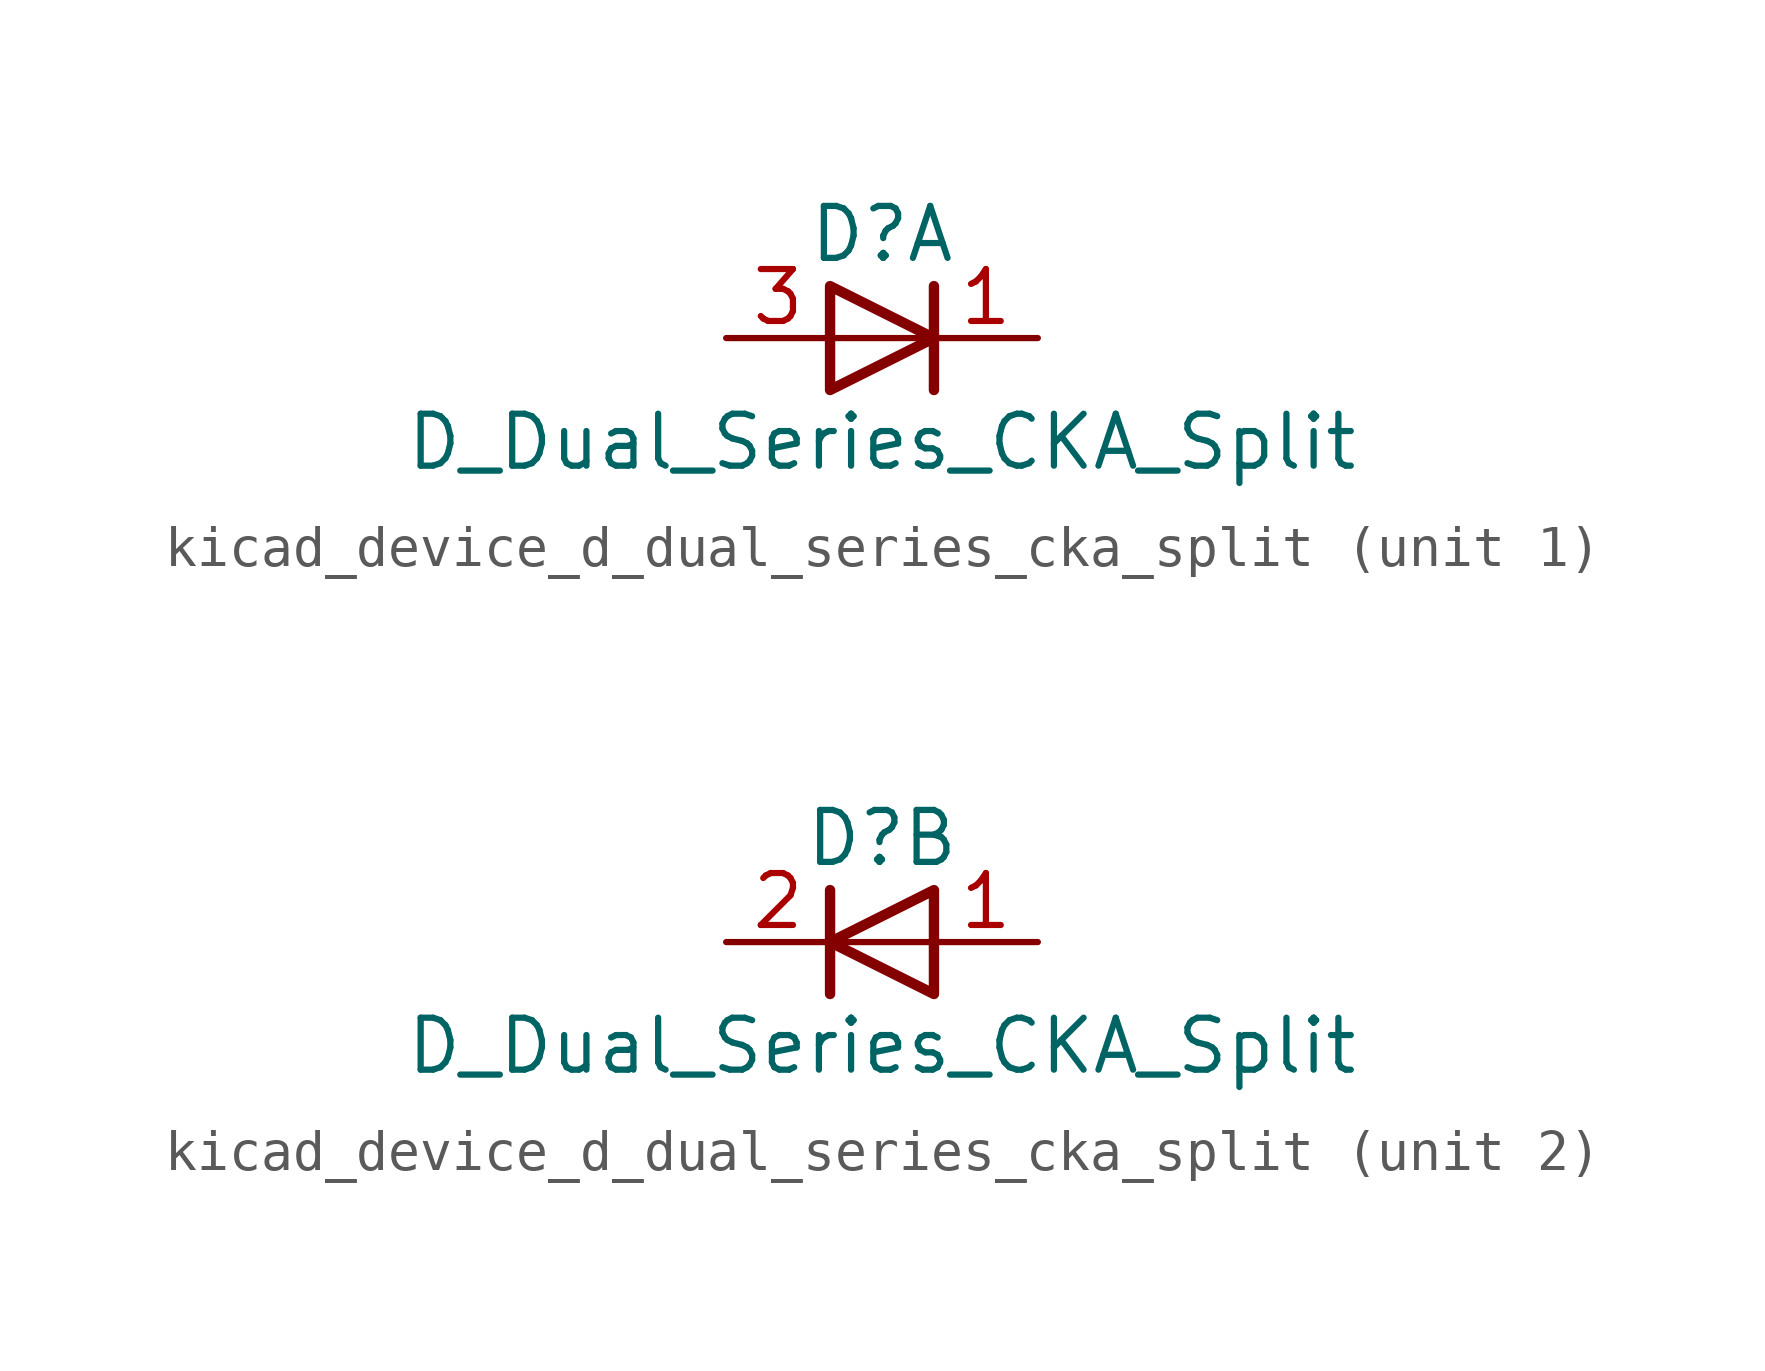
<source format=kicad_sym>
(kicad_symbol_lib
  (version 20220914)
  (generator kicad_symbol_editor)
  (symbol "kicad_device_d_dual_series_cka_split"
    (pin_names
      (offset 0.762) hide)
    (property "Reference" "D"
      (at 0 2.54 0)
      (effects (font (size 1.27 1.27))))
    (property "Value" "D_Dual_Series_CKA_Split"
      (at 0 -2.54 0)
      (effects (font (size 1.27 1.27))))
    (property "ki_locked" ""
      (at 0 0 0)
      (effects (font (size 1.27 1.27))))
    (symbol "kicad_device_d_dual_series_cka_split_0_1"
      (pin passive line (at 3.81 0 180) (length 2.54) (name "K" (effects (font (size 1.27 1.27)))) (number "1" (effects (font (size 1.27 1.27))))))
    (symbol "kicad_device_d_dual_series_cka_split_1_0"
      (polyline (pts (xy 1.27 1.27) (xy 1.27 -1.27)) (stroke (width 0.254) (type default)) (fill (type none))))
    (symbol "kicad_device_d_dual_series_cka_split_1_1"
      (polyline (pts (xy 1.27 0) (xy -1.27 0)) (stroke (width 0) (type default)) (fill (type none)))
      (polyline (pts (xy -1.27 1.27) (xy 1.27 0) (xy -1.27 -1.27) (xy -1.27 1.27) (xy -1.27 1.27) (xy -1.27 1.27)) (stroke (width 0.254) (type default)) (fill (type none)))
      (pin passive line (at -3.81 0 0) (length 2.54) (name "A" (effects (font (size 1.27 1.27)))) (number "3" (effects (font (size 1.27 1.27))))))
    (symbol "kicad_device_d_dual_series_cka_split_2_0"
      (polyline (pts (xy -1.27 1.27) (xy -1.27 -1.27)) (stroke (width 0.254) (type default)) (fill (type none))))
    (symbol "kicad_device_d_dual_series_cka_split_2_1"
      (polyline (pts (xy -1.27 0) (xy 1.27 0)) (stroke (width 0) (type default)) (fill (type none)))
      (polyline (pts (xy 1.27 1.27) (xy -1.27 0) (xy 1.27 -1.27) (xy 1.27 1.27) (xy 1.27 1.27) (xy 1.27 1.27)) (stroke (width 0.254) (type default)) (fill (type none)))
      (pin passive line (at -3.81 0 0) (length 2.54) (name "K" (effects (font (size 1.27 1.27)))) (number "2" (effects (font (size 1.27 1.27))))))))
</source>
